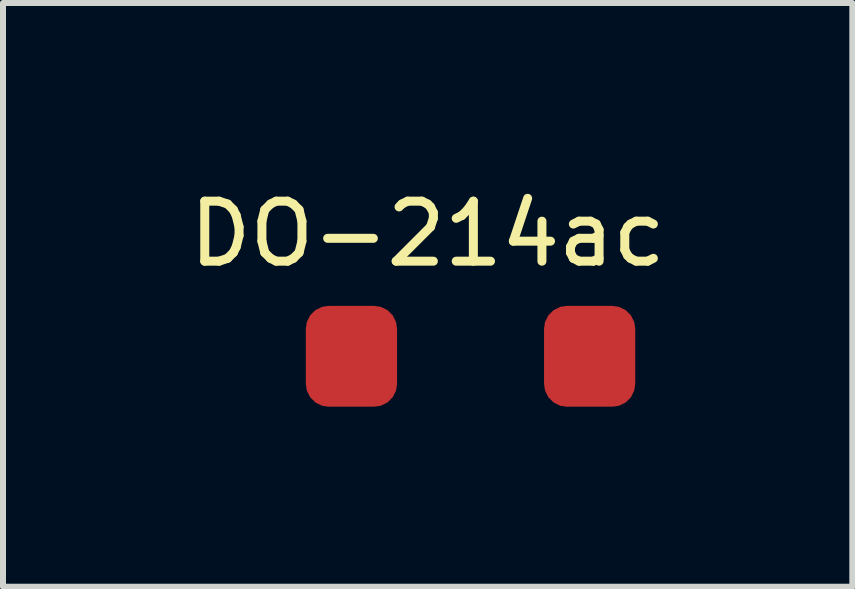
<source format=kicad_pcb>
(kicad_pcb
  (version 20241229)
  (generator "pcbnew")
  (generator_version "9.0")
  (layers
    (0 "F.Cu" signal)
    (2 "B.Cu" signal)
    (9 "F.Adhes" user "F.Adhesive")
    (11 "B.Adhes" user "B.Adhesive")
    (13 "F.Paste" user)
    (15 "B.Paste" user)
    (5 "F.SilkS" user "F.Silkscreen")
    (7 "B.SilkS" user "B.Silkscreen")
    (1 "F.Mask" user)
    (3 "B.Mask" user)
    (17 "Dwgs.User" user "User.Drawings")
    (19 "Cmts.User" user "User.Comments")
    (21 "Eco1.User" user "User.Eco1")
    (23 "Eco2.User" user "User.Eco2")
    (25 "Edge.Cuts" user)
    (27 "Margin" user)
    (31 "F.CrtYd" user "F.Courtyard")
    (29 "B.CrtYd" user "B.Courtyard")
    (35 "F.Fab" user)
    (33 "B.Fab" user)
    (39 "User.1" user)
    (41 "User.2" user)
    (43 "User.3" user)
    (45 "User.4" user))
  (footprint "DO-214ac"
    (layer "F.Cu")
    (at 4.077 0.348)
    (property "Reference" "DO-214ac" (at 0 0.5 0) (layer "F.SilkS") (effects (font (size 1 1) (thickness 0.15))))
    (attr through_hole)
    (pad "1" smd roundrect (at -1.27 2.54 90) (size 1.68 1.52) (layers "F.Cu" "F.Mask" "F.Paste") (roundrect_rratio 0.25))
    (pad "2" smd roundrect (at 2.7 2.54 90) (size 1.68 1.52) (layers "F.Cu" "F.Mask" "F.Paste") (roundrect_rratio 0.25)))
  (gr_rect
    (start -3 -3)
    (end 11.155 6.728)
    (stroke (width 0.1) (type default))
    (fill no)
    (layer "Edge.Cuts")))
</source>
